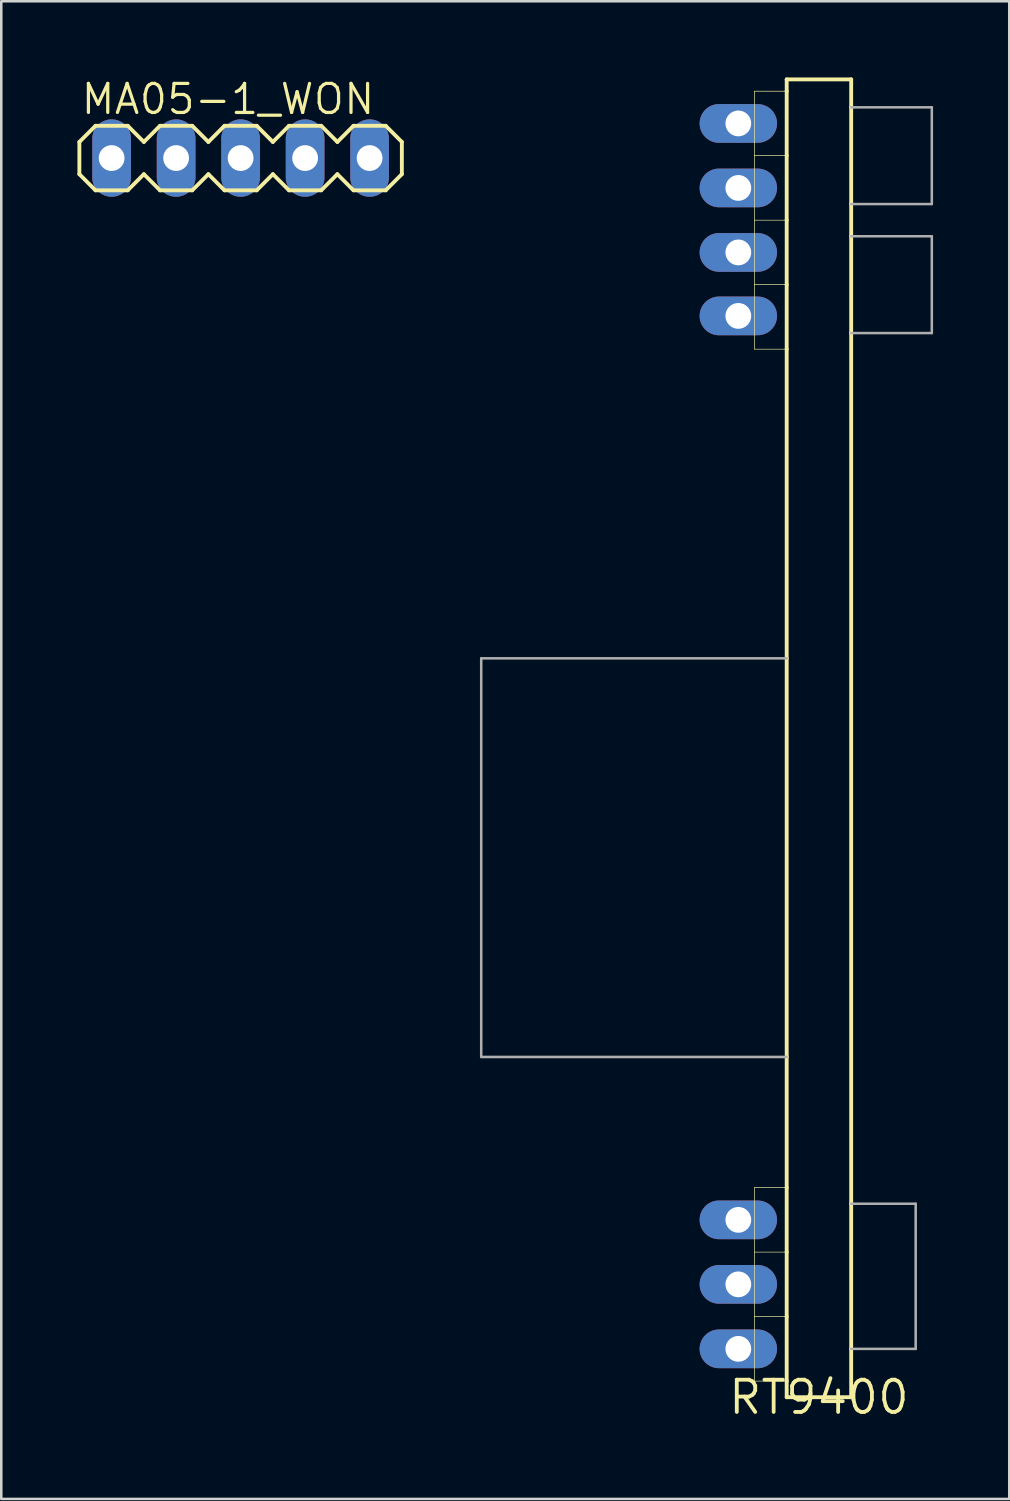
<source format=kicad_pcb>
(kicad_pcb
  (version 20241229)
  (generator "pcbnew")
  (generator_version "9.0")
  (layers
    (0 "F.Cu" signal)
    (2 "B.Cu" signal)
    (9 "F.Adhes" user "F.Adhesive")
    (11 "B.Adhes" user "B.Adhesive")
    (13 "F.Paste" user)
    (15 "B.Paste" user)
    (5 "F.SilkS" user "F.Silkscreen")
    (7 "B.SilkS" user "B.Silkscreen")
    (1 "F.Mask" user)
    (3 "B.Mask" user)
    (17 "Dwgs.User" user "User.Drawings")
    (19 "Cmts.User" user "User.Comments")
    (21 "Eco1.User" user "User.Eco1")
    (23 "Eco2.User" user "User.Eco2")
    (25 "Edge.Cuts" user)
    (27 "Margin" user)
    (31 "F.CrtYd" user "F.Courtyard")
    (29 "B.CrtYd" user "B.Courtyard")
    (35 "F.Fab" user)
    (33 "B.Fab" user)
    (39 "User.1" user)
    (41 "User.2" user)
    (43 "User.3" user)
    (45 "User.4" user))
  (footprint "MA05-1_WON"
    (layer "F.Cu")
    (at 6.426 3.175)
    (property "Reference" "MA05-1_WON" (at -6.35 -1.651 0) (layer "F.SilkS") (effects (font (size 1.143 1.143) (thickness 0.127)) (justify left bottom)))
    (fp_line (start -6.35 -0.635) (end -6.35 0.635) (stroke (width 0.152) (type solid)) (layer "F.SilkS"))
    (fp_line (start -6.35 0.635) (end -5.715 1.27) (stroke (width 0.152) (type solid)) (layer "F.SilkS"))
    (fp_line (start -5.715 -1.27) (end -6.35 -0.635) (stroke (width 0.152) (type solid)) (layer "F.SilkS"))
    (fp_line (start -5.715 -1.27) (end -4.445 -1.27) (stroke (width 0.152) (type solid)) (layer "F.SilkS"))
    (fp_line (start -4.445 -1.27) (end -3.81 -0.635) (stroke (width 0.152) (type solid)) (layer "F.SilkS"))
    (fp_line (start -4.445 1.27) (end -5.715 1.27) (stroke (width 0.152) (type solid)) (layer "F.SilkS"))
    (fp_line (start -3.81 -0.635) (end -3.175 -1.27) (stroke (width 0.152) (type solid)) (layer "F.SilkS"))
    (fp_line (start -3.81 0.635) (end -4.445 1.27) (stroke (width 0.152) (type solid)) (layer "F.SilkS"))
    (fp_line (start -3.175 -1.27) (end -1.905 -1.27) (stroke (width 0.152) (type solid)) (layer "F.SilkS"))
    (fp_line (start -3.175 1.27) (end -3.81 0.635) (stroke (width 0.152) (type solid)) (layer "F.SilkS"))
    (fp_line (start -1.905 -1.27) (end -1.27 -0.635) (stroke (width 0.152) (type solid)) (layer "F.SilkS"))
    (fp_line (start -1.905 1.27) (end -3.175 1.27) (stroke (width 0.152) (type solid)) (layer "F.SilkS"))
    (fp_line (start -1.27 -0.635) (end -0.635 -1.27) (stroke (width 0.152) (type solid)) (layer "F.SilkS"))
    (fp_line (start -1.27 0.635) (end -1.905 1.27) (stroke (width 0.152) (type solid)) (layer "F.SilkS"))
    (fp_line (start -0.635 -1.27) (end 0.635 -1.27) (stroke (width 0.152) (type solid)) (layer "F.SilkS"))
    (fp_line (start -0.635 1.27) (end -1.27 0.635) (stroke (width 0.152) (type solid)) (layer "F.SilkS"))
    (fp_line (start 0.635 -1.27) (end 1.27 -0.635) (stroke (width 0.152) (type solid)) (layer "F.SilkS"))
    (fp_line (start 0.635 1.27) (end -0.635 1.27) (stroke (width 0.152) (type solid)) (layer "F.SilkS"))
    (fp_line (start 1.27 0.635) (end 0.635 1.27) (stroke (width 0.152) (type solid)) (layer "F.SilkS"))
    (fp_line (start 1.27 0.635) (end 1.905 1.27) (stroke (width 0.152) (type solid)) (layer "F.SilkS"))
    (fp_line (start 1.905 -1.27) (end 1.27 -0.635) (stroke (width 0.152) (type solid)) (layer "F.SilkS"))
    (fp_line (start 1.905 -1.27) (end 3.175 -1.27) (stroke (width 0.152) (type solid)) (layer "F.SilkS"))
    (fp_line (start 3.175 -1.27) (end 3.81 -0.635) (stroke (width 0.152) (type solid)) (layer "F.SilkS"))
    (fp_line (start 3.175 1.27) (end 1.905 1.27) (stroke (width 0.152) (type solid)) (layer "F.SilkS"))
    (fp_line (start 3.81 -0.635) (end 4.445 -1.27) (stroke (width 0.152) (type solid)) (layer "F.SilkS"))
    (fp_line (start 3.81 0.635) (end 3.175 1.27) (stroke (width 0.152) (type solid)) (layer "F.SilkS"))
    (fp_line (start 4.445 -1.27) (end 5.715 -1.27) (stroke (width 0.152) (type solid)) (layer "F.SilkS"))
    (fp_line (start 4.445 1.27) (end 3.81 0.635) (stroke (width 0.152) (type solid)) (layer "F.SilkS"))
    (fp_line (start 5.715 -1.27) (end 6.35 -0.635) (stroke (width 0.152) (type solid)) (layer "F.SilkS"))
    (fp_line (start 5.715 1.27) (end 4.445 1.27) (stroke (width 0.152) (type solid)) (layer "F.SilkS"))
    (fp_line (start 6.35 -0.635) (end 6.35 0.635) (stroke (width 0.152) (type solid)) (layer "F.SilkS"))
    (fp_line (start 6.35 0.635) (end 5.715 1.27) (stroke (width 0.152) (type solid)) (layer "F.SilkS"))
    (fp_poly (pts (xy -5.334 0.254) (xy -4.826 0.254) (xy -4.826 -0.254) (xy -5.334 -0.254)) (stroke (width 0.1) (type default)) (fill no) (layer "F.Fab"))
    (fp_poly (pts (xy -2.794 0.254) (xy -2.286 0.254) (xy -2.286 -0.254) (xy -2.794 -0.254)) (stroke (width 0.1) (type default)) (fill no) (layer "F.Fab"))
    (fp_poly (pts (xy -0.254 0.254) (xy 0.254 0.254) (xy 0.254 -0.254) (xy -0.254 -0.254)) (stroke (width 0.1) (type default)) (fill no) (layer "F.Fab"))
    (fp_poly (pts (xy 2.286 0.254) (xy 2.794 0.254) (xy 2.794 -0.254) (xy 2.286 -0.254)) (stroke (width 0.1) (type default)) (fill no) (layer "F.Fab"))
    (fp_poly (pts (xy 4.826 0.254) (xy 5.334 0.254) (xy 5.334 -0.254) (xy 4.826 -0.254)) (stroke (width 0.1) (type default)) (fill no) (layer "F.Fab"))
    (pad "1" thru_hole oval (at -5.08 0 90) (size 3.048 1.524) (drill 1.016) (layers "*.Cu" "*.Mask"))
    (pad "2" thru_hole oval (at -2.54 0 90) (size 3.048 1.524) (drill 1.016) (layers "*.Cu" "*.Mask"))
    (pad "3" thru_hole oval (at 0 0 90) (size 3.048 1.524) (drill 1.016) (layers "*.Cu" "*.Mask"))
    (pad "4" thru_hole oval (at 2.54 0 90) (size 3.048 1.524) (drill 1.016) (layers "*.Cu" "*.Mask"))
    (pad "5" thru_hole oval (at 5.08 0 90) (size 3.048 1.524) (drill 1.016) (layers "*.Cu" "*.Mask")))
  (footprint "RT9400"
    (layer "F.Cu")
    (at 29.202 51.976)
    (property "Reference" "RT9400" (at 0 0 0) (layer "F.SilkS") (effects (font (size 1.27 1.27) (thickness 0.15))))
    (fp_line (start -2.54 -51.435) (end -2.54 -48.895) (stroke (width 0.025) (type solid)) (layer "F.SilkS"))
    (fp_line (start -2.54 -48.895) (end -2.54 -46.355) (stroke (width 0.025) (type solid)) (layer "F.SilkS"))
    (fp_line (start -2.54 -48.895) (end -1.27 -48.895) (stroke (width 0.025) (type solid)) (layer "F.SilkS"))
    (fp_line (start -2.54 -46.355) (end -2.54 -43.815) (stroke (width 0.025) (type solid)) (layer "F.SilkS"))
    (fp_line (start -2.54 -46.355) (end -1.27 -46.355) (stroke (width 0.025) (type solid)) (layer "F.SilkS"))
    (fp_line (start -2.54 -43.815) (end -2.54 -41.275) (stroke (width 0.025) (type solid)) (layer "F.SilkS"))
    (fp_line (start -2.54 -43.815) (end -1.27 -43.815) (stroke (width 0.025) (type solid)) (layer "F.SilkS"))
    (fp_line (start -2.54 -41.275) (end -1.27 -41.275) (stroke (width 0.025) (type solid)) (layer "F.SilkS"))
    (fp_line (start -2.54 -8.255) (end -1.27 -8.255) (stroke (width 0.025) (type solid)) (layer "F.SilkS"))
    (fp_line (start -2.54 -5.715) (end -2.54 -8.255) (stroke (width 0.025) (type solid)) (layer "F.SilkS"))
    (fp_line (start -2.54 -5.715) (end -1.27 -5.715) (stroke (width 0.025) (type solid)) (layer "F.SilkS"))
    (fp_line (start -2.54 -3.175) (end -2.54 -5.715) (stroke (width 0.025) (type solid)) (layer "F.SilkS"))
    (fp_line (start -2.54 -3.175) (end -1.27 -3.175) (stroke (width 0.025) (type solid)) (layer "F.SilkS"))
    (fp_line (start -2.54 -0.635) (end -2.54 -3.175) (stroke (width 0.025) (type solid)) (layer "F.SilkS"))
    (fp_line (start -1.27 -51.9) (end 1.27 -51.9) (stroke (width 0.152) (type solid)) (layer "F.SilkS"))
    (fp_line (start -1.27 -51.435) (end -2.54 -51.435) (stroke (width 0.025) (type solid)) (layer "F.SilkS"))
    (fp_line (start -1.27 -51.435) (end -1.27 -51.9) (stroke (width 0.152) (type solid)) (layer "F.SilkS"))
    (fp_line (start -1.27 -48.895) (end -1.27 -51.435) (stroke (width 0.152) (type solid)) (layer "F.SilkS"))
    (fp_line (start -1.27 -46.355) (end -1.27 -48.895) (stroke (width 0.152) (type solid)) (layer "F.SilkS"))
    (fp_line (start -1.27 -43.815) (end -1.27 -46.355) (stroke (width 0.152) (type solid)) (layer "F.SilkS"))
    (fp_line (start -1.27 -41.275) (end -1.27 -43.815) (stroke (width 0.152) (type solid)) (layer "F.SilkS"))
    (fp_line (start -1.27 -29.1) (end -1.27 -41.275) (stroke (width 0.152) (type solid)) (layer "F.SilkS"))
    (fp_line (start -1.27 -13.4) (end -1.27 -29.1) (stroke (width 0.152) (type solid)) (layer "F.SilkS"))
    (fp_line (start -1.27 -8.255) (end -1.27 -13.4) (stroke (width 0.152) (type solid)) (layer "F.SilkS"))
    (fp_line (start -1.27 -5.715) (end -1.27 -8.255) (stroke (width 0.152) (type solid)) (layer "F.SilkS"))
    (fp_line (start -1.27 -3.175) (end -1.27 -5.715) (stroke (width 0.152) (type solid)) (layer "F.SilkS"))
    (fp_line (start -1.27 -0.635) (end -2.54 -0.635) (stroke (width 0.025) (type solid)) (layer "F.SilkS"))
    (fp_line (start -1.27 -0.635) (end -1.27 -3.175) (stroke (width 0.152) (type solid)) (layer "F.SilkS"))
    (fp_line (start -1.27 0) (end -1.27 -0.635) (stroke (width 0.152) (type solid)) (layer "F.SilkS"))
    (fp_line (start 1.27 -51.9) (end 1.27 -50.8) (stroke (width 0.152) (type solid)) (layer "F.SilkS"))
    (fp_line (start 1.27 -50.8) (end 1.27 -46.99) (stroke (width 0.152) (type solid)) (layer "F.SilkS"))
    (fp_line (start 1.27 -46.99) (end 1.27 -45.72) (stroke (width 0.152) (type solid)) (layer "F.SilkS"))
    (fp_line (start 1.27 -45.72) (end 1.27 -41.91) (stroke (width 0.152) (type solid)) (layer "F.SilkS"))
    (fp_line (start 1.27 -41.91) (end 1.27 -7.62) (stroke (width 0.152) (type solid)) (layer "F.SilkS"))
    (fp_line (start 1.27 -7.62) (end 1.27 -1.905) (stroke (width 0.152) (type solid)) (layer "F.SilkS"))
    (fp_line (start 1.27 -1.905) (end 1.27 0) (stroke (width 0.152) (type solid)) (layer "F.SilkS"))
    (fp_line (start 1.27 0) (end -1.27 0) (stroke (width 0.152) (type solid)) (layer "F.SilkS"))
    (fp_line (start -13.3 -29.1) (end -1.27 -29.1) (stroke (width 0.1) (type solid)) (layer "F.Fab"))
    (fp_line (start -13.3 -13.4) (end -13.3 -29.1) (stroke (width 0.1) (type solid)) (layer "F.Fab"))
    (fp_line (start -1.27 -13.4) (end -13.3 -13.4) (stroke (width 0.1) (type solid)) (layer "F.Fab"))
    (fp_line (start 1.27 -50.8) (end 4.445 -50.8) (stroke (width 0.1) (type solid)) (layer "F.Fab"))
    (fp_line (start 1.27 -45.72) (end 4.445 -45.72) (stroke (width 0.1) (type solid)) (layer "F.Fab"))
    (fp_line (start 1.27 -7.62) (end 3.81 -7.62) (stroke (width 0.1) (type solid)) (layer "F.Fab"))
    (fp_line (start 3.81 -7.62) (end 3.81 -1.905) (stroke (width 0.1) (type solid)) (layer "F.Fab"))
    (fp_line (start 3.81 -1.905) (end 1.27 -1.905) (stroke (width 0.1) (type solid)) (layer "F.Fab"))
    (fp_line (start 4.445 -50.8) (end 4.445 -46.99) (stroke (width 0.1) (type solid)) (layer "F.Fab"))
    (fp_line (start 4.445 -46.99) (end 1.27 -46.99) (stroke (width 0.1) (type solid)) (layer "F.Fab"))
    (fp_line (start 4.445 -45.72) (end 4.445 -41.91) (stroke (width 0.1) (type solid)) (layer "F.Fab"))
    (fp_line (start 4.445 -41.91) (end 1.27 -41.91) (stroke (width 0.1) (type solid)) (layer "F.Fab"))
    (pad "P$1" thru_hole oval (at -3.175 -50.165) (size 3.048 1.524) (drill 1.016) (layers "*.Cu" "*.Mask"))
    (pad "P$2" thru_hole oval (at -3.175 -47.625) (size 3.048 1.524) (drill 1.016) (layers "*.Cu" "*.Mask"))
    (pad "P$3" thru_hole oval (at -3.175 -45.085) (size 3.048 1.524) (drill 1.016) (layers "*.Cu" "*.Mask"))
    (pad "P$4" thru_hole oval (at -3.175 -42.585) (size 3.048 1.524) (drill 1.016) (layers "*.Cu" "*.Mask"))
    (pad "P$5" thru_hole oval (at -3.175 -6.985) (size 3.048 1.524) (drill 1.016) (layers "*.Cu" "*.Mask"))
    (pad "P$6" thru_hole oval (at -3.175 -4.445) (size 3.048 1.524) (drill 1.016) (layers "*.Cu" "*.Mask"))
    (pad "P$7" thru_hole oval (at -3.175 -1.905) (size 3.048 1.524) (drill 1.016) (layers "*.Cu" "*.Mask")))
  (gr_rect
    (start -3 -3)
    (end 36.697 55.982)
    (stroke (width 0.1) (type default))
    (fill no)
    (layer "Edge.Cuts")))
</source>
